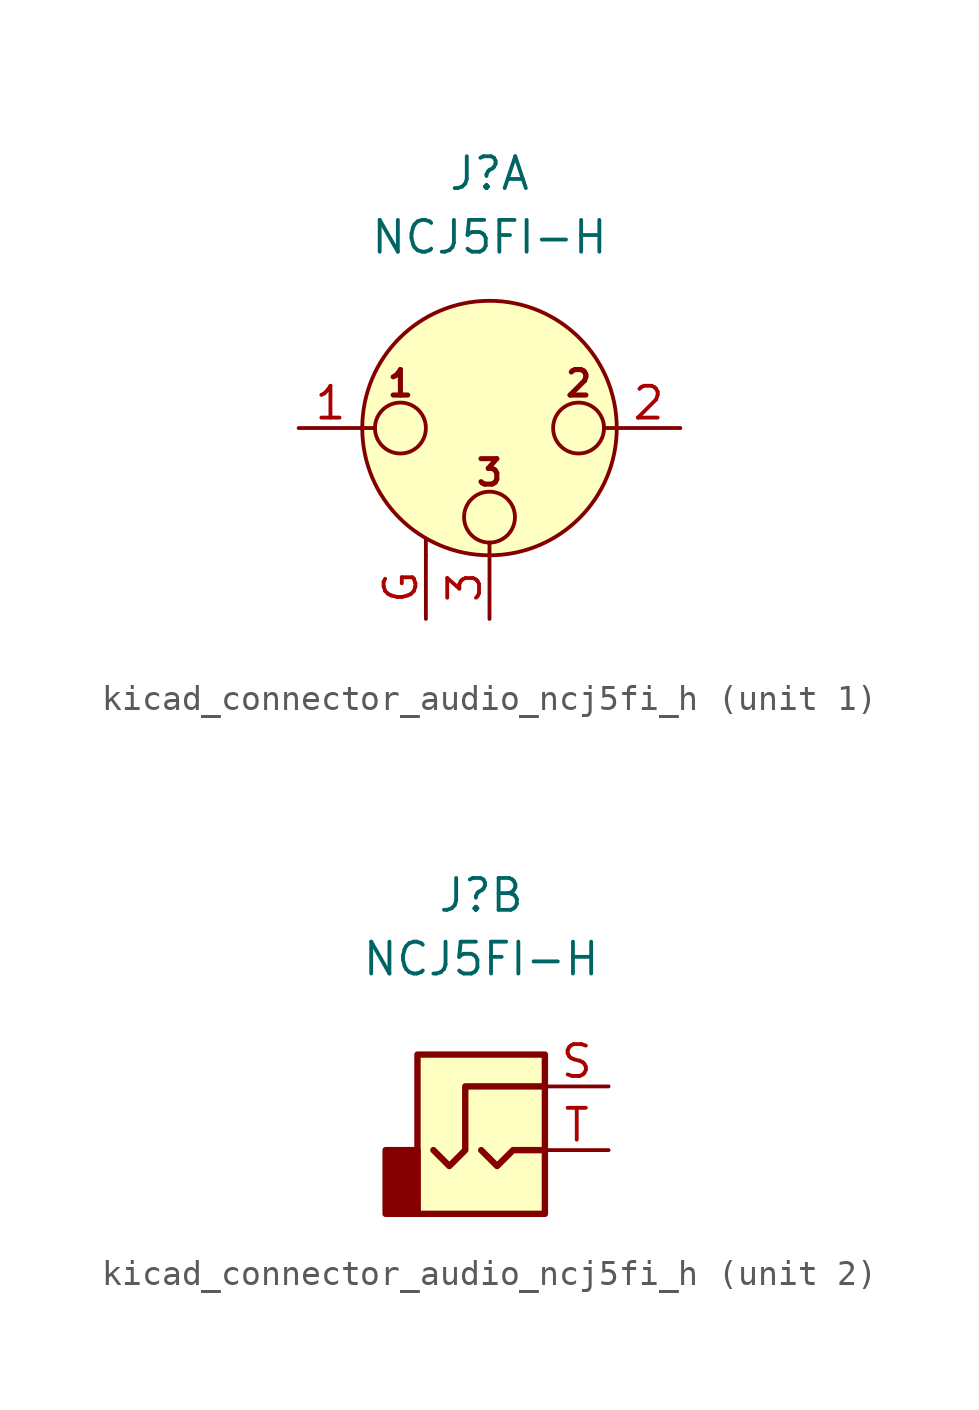
<source format=kicad_sym>
(kicad_symbol_lib
  (version 20220914)
  (generator kicad_symbol_editor)
  (symbol "kicad_connector_audio_ncj5fi_h"
    (pin_names hide)
    (property "Reference" "J"
      (at 0 10.16 0)
      (effects (font (size 1.27 1.27))))
    (property "Value" "NCJ5FI-H"
      (at 0 7.62 0)
      (effects (font (size 1.27 1.27))))
    (symbol "kicad_connector_audio_ncj5fi_h_1_1"
      (circle (center -3.556 0) (radius 1.016) (stroke (width 0) (type default)) (fill (type none)))
      (circle (center 0 -3.556) (radius 1.016) (stroke (width 0) (type default)) (fill (type none)))
      (polyline (pts (xy -5.08 0) (xy -4.572 0)) (stroke (width 0) (type default)) (fill (type none)))
      (polyline (pts (xy -2.54 -5.08) (xy -2.54 -4.445)) (stroke (width 0) (type default)) (fill (type none)))
      (polyline (pts (xy 0 -5.08) (xy 0 -4.572)) (stroke (width 0) (type default)) (fill (type none)))
      (polyline (pts (xy 5.08 0) (xy 4.572 0)) (stroke (width 0) (type default)) (fill (type none)))
      (circle (center 0 0) (radius 5.08) (stroke (width 0) (type default)) (fill (type background)))
      (circle (center 3.556 0) (radius 1.016) (stroke (width 0) (type default)) (fill (type none)))
      (text "1" (at -3.556 1.778 0) (effects (font (size 1.016 1.016) bold)))
      (text "2" (at 3.556 1.778 0) (effects (font (size 1.016 1.016) bold)))
      (text "3" (at 0 -1.778 0) (effects (font (size 1.016 1.016) bold)))
      (pin passive line (at -7.62 0 0) (length 2.54) (name "~" (effects (font (size 1.27 1.27)))) (number "1" (effects (font (size 1.27 1.27)))))
      (pin passive line (at 7.62 0 180) (length 2.54) (name "~" (effects (font (size 1.27 1.27)))) (number "2" (effects (font (size 1.27 1.27)))))
      (pin passive line (at 0 -7.62 90) (length 2.54) (name "~" (effects (font (size 1.27 1.27)))) (number "3" (effects (font (size 1.27 1.27)))))
      (pin passive line (at -2.54 -7.62 90) (length 2.54) (name "~" (effects (font (size 1.27 1.27)))) (number "G" (effects (font (size 1.27 1.27))))))
    (symbol "kicad_connector_audio_ncj5fi_h_2_1"
      (rectangle (start -2.54 0) (end -3.81 -2.54) (stroke (width 0.254) (type default)) (fill (type outline)))
      (polyline (pts (xy 0 0) (xy 0.635 -0.635) (xy 1.27 0) (xy 2.54 0)) (stroke (width 0.254) (type default)) (fill (type none)))
      (polyline (pts (xy 2.54 2.54) (xy -0.635 2.54) (xy -0.635 0) (xy -1.27 -0.635) (xy -1.905 0)) (stroke (width 0.254) (type default)) (fill (type none)))
      (rectangle (start 2.54 3.81) (end -2.54 -2.54) (stroke (width 0.254) (type default)) (fill (type background)))
      (pin passive line (at 5.08 2.54 180) (length 2.54) (name "~" (effects (font (size 1.27 1.27)))) (number "S" (effects (font (size 1.27 1.27)))))
      (pin passive line (at 5.08 0 180) (length 2.54) (name "~" (effects (font (size 1.27 1.27)))) (number "T" (effects (font (size 1.27 1.27))))))))
</source>
